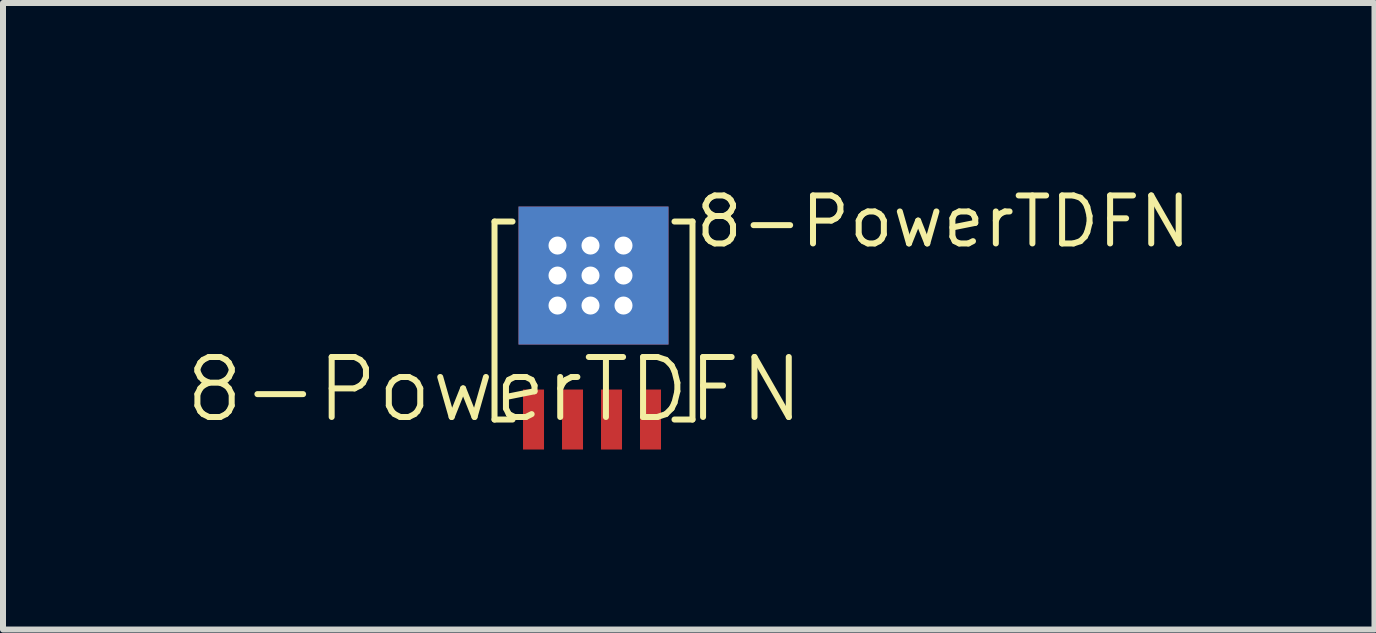
<source format=kicad_pcb>
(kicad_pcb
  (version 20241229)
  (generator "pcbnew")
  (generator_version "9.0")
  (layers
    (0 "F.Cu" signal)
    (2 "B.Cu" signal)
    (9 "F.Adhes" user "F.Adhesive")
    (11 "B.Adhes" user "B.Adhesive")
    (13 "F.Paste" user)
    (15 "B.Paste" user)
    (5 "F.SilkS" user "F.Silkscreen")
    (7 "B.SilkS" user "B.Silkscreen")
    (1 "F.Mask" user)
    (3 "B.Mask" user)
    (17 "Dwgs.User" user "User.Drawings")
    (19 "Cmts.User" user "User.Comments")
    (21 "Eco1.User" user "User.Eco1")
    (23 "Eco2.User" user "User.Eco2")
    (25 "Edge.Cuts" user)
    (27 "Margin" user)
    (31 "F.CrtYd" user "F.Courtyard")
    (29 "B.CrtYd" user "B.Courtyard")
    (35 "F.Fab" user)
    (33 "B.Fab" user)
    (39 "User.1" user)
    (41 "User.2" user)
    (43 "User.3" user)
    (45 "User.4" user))
  (footprint "8-PowerTDFN"
    (layer "F.Cu")
    (at 5.193 3.943)
    (property "Reference" "8-PowerTDFN" (at 0 -0.5 0) (unlocked yes) (layer "F.SilkS") (effects (font (size 1 1) (thickness 0.1))))
    (attr smd)
    (fp_line (start 0 -3.3) (end 0 0) (stroke (width 0.1) (type default)) (layer "F.SilkS"))
    (fp_line (start 0 -3.3) (end 0.3 -3.3) (stroke (width 0.1) (type default)) (layer "F.SilkS"))
    (fp_line (start 0 0) (end 0.3 0) (stroke (width 0.1) (type default)) (layer "F.SilkS"))
    (fp_line (start 3 -3.3) (end 3.3 -3.3) (stroke (width 0.1) (type default)) (layer "F.SilkS"))
    (fp_line (start 3.3 0) (end 3 0) (stroke (width 0.1) (type default)) (layer "F.SilkS"))
    (fp_line (start 3.3 0) (end 3.3 -3.3) (stroke (width 0.1) (type default)) (layer "F.SilkS"))
    (fp_text user "${REFERENCE}" (at 3.3 -3.3 0) (unlocked yes) (layer "F.SilkS") (effects (font (size 0.8 0.8) (thickness 0.1)) (justify left)))
    (pad "1" smd rect (at 0.65 0) (size 0.35 1) (layers "F.Cu" "F.Mask" "F.Paste"))
    (pad "2" smd rect (at 1.3 0) (size 0.35 1) (layers "F.Cu" "F.Mask" "F.Paste"))
    (pad "3" smd rect (at 1.95 0) (size 0.35 1) (layers "F.Cu" "F.Mask" "F.Paste"))
    (pad "4" smd rect (at 2.6 0) (size 0.35 1) (layers "F.Cu" "F.Mask" "F.Paste"))
    (pad "5" thru_hole circle (at 1.05 -2.9) (size 0.5 0.5) (drill 0.3) (layers "*.Cu" "*.Mask"))
    (pad "5" thru_hole circle (at 1.05 -2.4) (size 0.5 0.5) (drill 0.3) (layers "*.Cu" "*.Mask"))
    (pad "5" thru_hole circle (at 1.05 -1.9) (size 0.5 0.5) (drill 0.3) (layers "*.Cu" "*.Mask"))
    (pad "5" thru_hole circle (at 1.6 -2.9) (size 0.5 0.5) (drill 0.3) (layers "*.Cu" "*.Mask"))
    (pad "5" thru_hole circle (at 1.6 -2.4) (size 0.5 0.5) (drill 0.3) (layers "*.Cu" "*.Mask"))
    (pad "5" thru_hole circle (at 1.6 -1.9) (size 0.5 0.5) (drill 0.3) (layers "*.Cu" "*.Mask"))
    (pad "5" smd rect (at 1.65 -2.4 90) (size 2.3 2.5) (layers "F.Cu" "F.Mask" "F.Paste"))
    (pad "5" smd rect (at 1.65 -2.4 90) (size 2.3 2.5) (layers "B.Cu" "B.Mask" "B.Paste"))
    (pad "5" thru_hole circle (at 2.15 -2.9) (size 0.5 0.5) (drill 0.3) (layers "*.Cu" "*.Mask"))
    (pad "5" thru_hole circle (at 2.15 -2.4) (size 0.5 0.5) (drill 0.3) (layers "*.Cu" "*.Mask"))
    (pad "5" thru_hole circle (at 2.15 -1.9) (size 0.5 0.5) (drill 0.3) (layers "*.Cu" "*.Mask")))
  (gr_rect
    (start -3 -3)
    (end 19.861 7.444)
    (stroke (width 0.1) (type default))
    (fill no)
    (layer "Edge.Cuts")))
</source>
